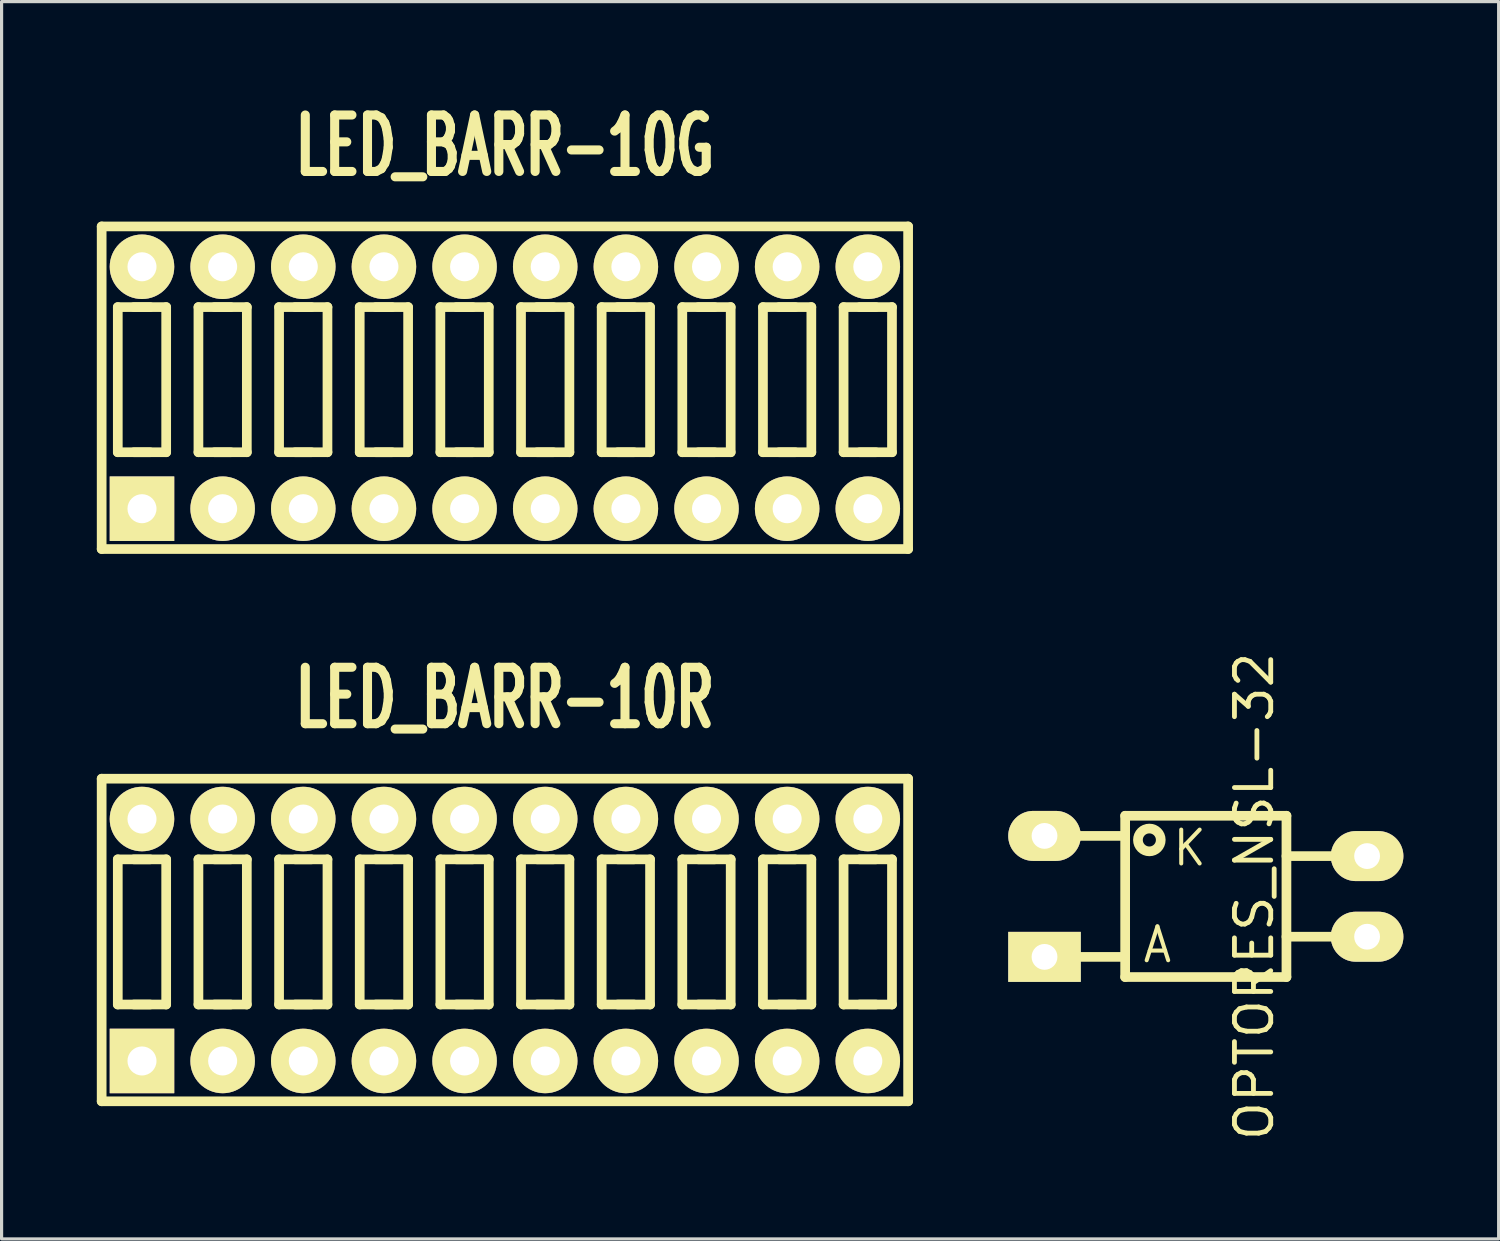
<source format=kicad_pcb>
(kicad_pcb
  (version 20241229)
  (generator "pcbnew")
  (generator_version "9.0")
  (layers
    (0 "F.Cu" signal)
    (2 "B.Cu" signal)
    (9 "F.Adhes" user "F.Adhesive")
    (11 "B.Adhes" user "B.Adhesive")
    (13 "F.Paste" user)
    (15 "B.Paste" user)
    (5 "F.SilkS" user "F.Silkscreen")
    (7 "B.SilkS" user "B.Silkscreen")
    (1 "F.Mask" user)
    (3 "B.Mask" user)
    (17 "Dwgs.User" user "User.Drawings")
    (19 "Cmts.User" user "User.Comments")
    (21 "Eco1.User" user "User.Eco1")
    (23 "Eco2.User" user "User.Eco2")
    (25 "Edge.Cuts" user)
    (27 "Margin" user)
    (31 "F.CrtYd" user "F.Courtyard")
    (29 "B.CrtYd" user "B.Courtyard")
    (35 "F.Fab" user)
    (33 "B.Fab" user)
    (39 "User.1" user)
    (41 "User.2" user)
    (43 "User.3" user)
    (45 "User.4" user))
  (footprint "LED_BARR-10G"
    (layer "F.Cu")
    (at 12.852 9.162)
    (property "Reference" "LED_BARR-10G" (at 0 -7.62 0) (layer "F.SilkS") (effects (font (size 1.778 1.143) (thickness 0.287))))
    (attr through_hole)
    (fp_line (start -12.7 -5.08) (end 12.7 -5.08) (stroke (width 0.305) (type solid)) (layer "F.SilkS"))
    (fp_line (start -12.7 5.08) (end -12.7 -5.08) (stroke (width 0.305) (type solid)) (layer "F.SilkS"))
    (fp_line (start -12.192 -2.54) (end -10.668 -2.54) (stroke (width 0.305) (type solid)) (layer "F.SilkS"))
    (fp_line (start -12.192 2.032) (end -12.192 -2.54) (stroke (width 0.305) (type solid)) (layer "F.SilkS"))
    (fp_line (start -11.684 -2.54) (end -11.176 -2.54) (stroke (width 0.305) (type solid)) (layer "F.SilkS"))
    (fp_line (start -11.176 2.032) (end -11.684 2.032) (stroke (width 0.305) (type solid)) (layer "F.SilkS"))
    (fp_line (start -10.668 -2.54) (end -10.668 2.032) (stroke (width 0.305) (type solid)) (layer "F.SilkS"))
    (fp_line (start -10.668 2.032) (end -12.192 2.032) (stroke (width 0.305) (type solid)) (layer "F.SilkS"))
    (fp_line (start -9.652 -2.54) (end -8.128 -2.54) (stroke (width 0.305) (type solid)) (layer "F.SilkS"))
    (fp_line (start -9.652 2.032) (end -9.652 -2.54) (stroke (width 0.305) (type solid)) (layer "F.SilkS"))
    (fp_line (start -9.144 2.032) (end -8.636 2.032) (stroke (width 0.305) (type solid)) (layer "F.SilkS"))
    (fp_line (start -8.636 -2.54) (end -9.144 -2.54) (stroke (width 0.305) (type solid)) (layer "F.SilkS"))
    (fp_line (start -8.128 -2.54) (end -8.128 2.032) (stroke (width 0.305) (type solid)) (layer "F.SilkS"))
    (fp_line (start -8.128 2.032) (end -9.652 2.032) (stroke (width 0.305) (type solid)) (layer "F.SilkS"))
    (fp_line (start -7.112 -2.54) (end -5.588 -2.54) (stroke (width 0.305) (type solid)) (layer "F.SilkS"))
    (fp_line (start -7.112 2.032) (end -7.112 -2.54) (stroke (width 0.305) (type solid)) (layer "F.SilkS"))
    (fp_line (start -6.604 2.032) (end -6.096 2.032) (stroke (width 0.305) (type solid)) (layer "F.SilkS"))
    (fp_line (start -6.096 -2.54) (end -6.604 -2.54) (stroke (width 0.305) (type solid)) (layer "F.SilkS"))
    (fp_line (start -5.588 -2.54) (end -5.588 2.032) (stroke (width 0.305) (type solid)) (layer "F.SilkS"))
    (fp_line (start -5.588 2.032) (end -7.112 2.032) (stroke (width 0.305) (type solid)) (layer "F.SilkS"))
    (fp_line (start -4.572 -2.54) (end -4.572 2.032) (stroke (width 0.305) (type solid)) (layer "F.SilkS"))
    (fp_line (start -4.572 2.032) (end -3.048 2.032) (stroke (width 0.305) (type solid)) (layer "F.SilkS"))
    (fp_line (start -4.064 2.032) (end -3.556 2.032) (stroke (width 0.305) (type solid)) (layer "F.SilkS"))
    (fp_line (start -3.556 -2.54) (end -4.064 -2.54) (stroke (width 0.305) (type solid)) (layer "F.SilkS"))
    (fp_line (start -3.048 -2.54) (end -4.572 -2.54) (stroke (width 0.305) (type solid)) (layer "F.SilkS"))
    (fp_line (start -3.048 2.032) (end -3.048 -2.54) (stroke (width 0.305) (type solid)) (layer "F.SilkS"))
    (fp_line (start -2.032 -2.54) (end -0.508 -2.54) (stroke (width 0.305) (type solid)) (layer "F.SilkS"))
    (fp_line (start -2.032 2.032) (end -2.032 -2.54) (stroke (width 0.305) (type solid)) (layer "F.SilkS"))
    (fp_line (start -1.524 2.032) (end -1.016 2.032) (stroke (width 0.305) (type solid)) (layer "F.SilkS"))
    (fp_line (start -1.016 -2.54) (end -1.524 -2.54) (stroke (width 0.305) (type solid)) (layer "F.SilkS"))
    (fp_line (start -0.508 -2.54) (end -0.508 2.032) (stroke (width 0.305) (type solid)) (layer "F.SilkS"))
    (fp_line (start -0.508 2.032) (end -2.032 2.032) (stroke (width 0.305) (type solid)) (layer "F.SilkS"))
    (fp_line (start 0.508 -2.54) (end 2.032 -2.54) (stroke (width 0.305) (type solid)) (layer "F.SilkS"))
    (fp_line (start 0.508 2.032) (end 0.508 -2.54) (stroke (width 0.305) (type solid)) (layer "F.SilkS"))
    (fp_line (start 1.016 2.032) (end 1.524 2.032) (stroke (width 0.305) (type solid)) (layer "F.SilkS"))
    (fp_line (start 1.524 -2.54) (end 1.016 -2.54) (stroke (width 0.305) (type solid)) (layer "F.SilkS"))
    (fp_line (start 2.032 -2.54) (end 2.032 2.032) (stroke (width 0.305) (type solid)) (layer "F.SilkS"))
    (fp_line (start 2.032 2.032) (end 0.508 2.032) (stroke (width 0.305) (type solid)) (layer "F.SilkS"))
    (fp_line (start 3.048 -2.54) (end 4.572 -2.54) (stroke (width 0.305) (type solid)) (layer "F.SilkS"))
    (fp_line (start 3.048 2.032) (end 3.048 -2.54) (stroke (width 0.305) (type solid)) (layer "F.SilkS"))
    (fp_line (start 3.556 2.032) (end 4.064 2.032) (stroke (width 0.305) (type solid)) (layer "F.SilkS"))
    (fp_line (start 4.064 -2.54) (end 3.556 -2.54) (stroke (width 0.305) (type solid)) (layer "F.SilkS"))
    (fp_line (start 4.572 -2.54) (end 4.572 2.032) (stroke (width 0.305) (type solid)) (layer "F.SilkS"))
    (fp_line (start 4.572 2.032) (end 3.048 2.032) (stroke (width 0.305) (type solid)) (layer "F.SilkS"))
    (fp_line (start 5.588 -2.54) (end 7.112 -2.54) (stroke (width 0.305) (type solid)) (layer "F.SilkS"))
    (fp_line (start 5.588 2.032) (end 5.588 -2.54) (stroke (width 0.305) (type solid)) (layer "F.SilkS"))
    (fp_line (start 6.096 2.032) (end 6.604 2.032) (stroke (width 0.305) (type solid)) (layer "F.SilkS"))
    (fp_line (start 6.604 -2.54) (end 6.096 -2.54) (stroke (width 0.305) (type solid)) (layer "F.SilkS"))
    (fp_line (start 7.112 -2.54) (end 7.112 2.032) (stroke (width 0.305) (type solid)) (layer "F.SilkS"))
    (fp_line (start 7.112 2.032) (end 5.588 2.032) (stroke (width 0.305) (type solid)) (layer "F.SilkS"))
    (fp_line (start 8.128 -2.54) (end 9.652 -2.54) (stroke (width 0.305) (type solid)) (layer "F.SilkS"))
    (fp_line (start 8.128 2.032) (end 8.128 -2.54) (stroke (width 0.305) (type solid)) (layer "F.SilkS"))
    (fp_line (start 8.636 2.032) (end 9.144 2.032) (stroke (width 0.305) (type solid)) (layer "F.SilkS"))
    (fp_line (start 9.144 -2.54) (end 8.636 -2.54) (stroke (width 0.305) (type solid)) (layer "F.SilkS"))
    (fp_line (start 9.652 -2.54) (end 9.652 2.032) (stroke (width 0.305) (type solid)) (layer "F.SilkS"))
    (fp_line (start 9.652 2.032) (end 8.128 2.032) (stroke (width 0.305) (type solid)) (layer "F.SilkS"))
    (fp_line (start 10.668 -2.54) (end 12.192 -2.54) (stroke (width 0.305) (type solid)) (layer "F.SilkS"))
    (fp_line (start 10.668 2.032) (end 10.668 -2.54) (stroke (width 0.305) (type solid)) (layer "F.SilkS"))
    (fp_line (start 11.176 2.032) (end 11.684 2.032) (stroke (width 0.305) (type solid)) (layer "F.SilkS"))
    (fp_line (start 11.684 -2.54) (end 11.176 -2.54) (stroke (width 0.305) (type solid)) (layer "F.SilkS"))
    (fp_line (start 12.192 -2.54) (end 12.192 2.032) (stroke (width 0.305) (type solid)) (layer "F.SilkS"))
    (fp_line (start 12.192 2.032) (end 10.668 2.032) (stroke (width 0.305) (type solid)) (layer "F.SilkS"))
    (fp_line (start 12.7 -5.08) (end 12.7 5.08) (stroke (width 0.305) (type solid)) (layer "F.SilkS"))
    (fp_line (start 12.7 5.08) (end -12.7 5.08) (stroke (width 0.305) (type solid)) (layer "F.SilkS"))
    (pad "1" thru_hole rect (at -11.43 3.81) (size 2.032 2.032) (drill 0.914) (layers "*.Cu" "*.Mask" "F.SilkS"))
    (pad "2" thru_hole circle (at -8.89 3.81) (size 2.032 2.032) (drill 0.914) (layers "*.Cu" "*.Mask" "F.SilkS"))
    (pad "3" thru_hole circle (at -6.35 3.81) (size 2.032 2.032) (drill 0.914) (layers "*.Cu" "*.Mask" "F.SilkS"))
    (pad "4" thru_hole circle (at -3.81 3.81) (size 2.032 2.032) (drill 0.914) (layers "*.Cu" "*.Mask" "F.SilkS"))
    (pad "5" thru_hole circle (at -1.27 3.81) (size 2.032 2.032) (drill 0.914) (layers "*.Cu" "*.Mask" "F.SilkS"))
    (pad "6" thru_hole circle (at 1.27 3.81) (size 2.032 2.032) (drill 0.914) (layers "*.Cu" "*.Mask" "F.SilkS"))
    (pad "7" thru_hole circle (at 3.81 3.81) (size 2.032 2.032) (drill 0.914) (layers "*.Cu" "*.Mask" "F.SilkS"))
    (pad "8" thru_hole circle (at 6.35 3.81) (size 2.032 2.032) (drill 0.914) (layers "*.Cu" "*.Mask" "F.SilkS"))
    (pad "9" thru_hole circle (at 8.89 3.81) (size 2.032 2.032) (drill 0.914) (layers "*.Cu" "*.Mask" "F.SilkS"))
    (pad "10" thru_hole circle (at 11.43 3.81) (size 2.032 2.032) (drill 0.914) (layers "*.Cu" "*.Mask" "F.SilkS"))
    (pad "11" thru_hole circle (at 11.43 -3.81) (size 2.032 2.032) (drill 0.914) (layers "*.Cu" "*.Mask" "F.SilkS"))
    (pad "12" thru_hole circle (at 8.89 -3.81) (size 2.032 2.032) (drill 0.914) (layers "*.Cu" "*.Mask" "F.SilkS"))
    (pad "13" thru_hole circle (at 6.35 -3.81) (size 2.032 2.032) (drill 0.914) (layers "*.Cu" "*.Mask" "F.SilkS"))
    (pad "14" thru_hole circle (at 3.81 -3.81) (size 2.032 2.032) (drill 0.914) (layers "*.Cu" "*.Mask" "F.SilkS"))
    (pad "15" thru_hole circle (at 1.27 -3.81) (size 2.032 2.032) (drill 0.914) (layers "*.Cu" "*.Mask" "F.SilkS"))
    (pad "16" thru_hole circle (at -1.27 -3.81) (size 2.032 2.032) (drill 0.914) (layers "*.Cu" "*.Mask" "F.SilkS"))
    (pad "17" thru_hole circle (at -3.81 -3.81) (size 2.032 2.032) (drill 0.914) (layers "*.Cu" "*.Mask" "F.SilkS"))
    (pad "18" thru_hole circle (at -6.35 -3.81) (size 2.032 2.032) (drill 0.914) (layers "*.Cu" "*.Mask" "F.SilkS"))
    (pad "19" thru_hole circle (at -8.89 -3.81) (size 2.032 2.032) (drill 0.914) (layers "*.Cu" "*.Mask" "F.SilkS"))
    (pad "20" thru_hole circle (at -11.43 -3.81) (size 2.032 2.032) (drill 0.914) (layers "*.Cu" "*.Mask" "F.SilkS")))
  (footprint "OPTORES_NSL-32"
    (layer "F.Cu")
    (at 34.928 25.183)
    (property "Reference" "OPTORES_NSL-32" (at 1.524 0 90) (layer "F.SilkS") (effects (font (size 1.143 1.143) (thickness 0.152))))
    (attr through_hole)
    (fp_line (start -5.08 -1.905) (end -2.54 -1.905) (stroke (width 0.305) (type solid)) (layer "F.SilkS"))
    (fp_line (start -5.08 1.905) (end -2.54 1.905) (stroke (width 0.305) (type solid)) (layer "F.SilkS"))
    (fp_line (start -2.54 -2.54) (end 2.54 -2.54) (stroke (width 0.305) (type solid)) (layer "F.SilkS"))
    (fp_line (start -2.54 2.54) (end -2.54 -2.54) (stroke (width 0.305) (type solid)) (layer "F.SilkS"))
    (fp_line (start 2.54 -2.54) (end 2.54 2.54) (stroke (width 0.305) (type solid)) (layer "F.SilkS"))
    (fp_line (start 2.54 -1.27) (end 5.08 -1.27) (stroke (width 0.305) (type solid)) (layer "F.SilkS"))
    (fp_line (start 2.54 1.27) (end 5.08 1.27) (stroke (width 0.305) (type solid)) (layer "F.SilkS"))
    (fp_line (start 2.54 2.54) (end -2.54 2.54) (stroke (width 0.305) (type solid)) (layer "F.SilkS"))
    (fp_circle (center -1.778 -1.778) (end -1.524 -1.524) (stroke (width 0.305) (type solid)) (fill no) (layer "F.SilkS"))
    (fp_text user "K" (at -0.508 -1.524 0) (layer "F.SilkS") (effects (font (size 1.067 1.016) (thickness 0.127))))
    (fp_text user "A" (at -1.524 1.524 0) (layer "F.SilkS") (effects (font (size 1.067 1.016) (thickness 0.127))))
    (pad "1" thru_hole rect (at -5.08 1.905) (size 2.286 1.575) (drill 0.813) (layers "*.Cu" "*.Mask" "F.SilkS"))
    (pad "2" thru_hole oval (at -5.08 -1.905) (size 2.286 1.575) (drill 0.813) (layers "*.Cu" "*.Mask" "F.SilkS"))
    (pad "3" thru_hole oval (at 5.08 -1.27) (size 2.286 1.575) (drill 0.813) (layers "*.Cu" "*.Mask" "F.SilkS"))
    (pad "4" thru_hole oval (at 5.08 1.27) (size 2.286 1.575) (drill 0.813) (layers "*.Cu" "*.Mask" "F.SilkS")))
  (footprint "LED_BARR-10R"
    (layer "F.Cu")
    (at 12.852 26.556)
    (property "Reference" "LED_BARR-10R" (at 0 -7.62 0) (layer "F.SilkS") (effects (font (size 1.778 1.143) (thickness 0.287))))
    (attr through_hole)
    (fp_line (start -12.7 -5.08) (end 12.7 -5.08) (stroke (width 0.305) (type solid)) (layer "F.SilkS"))
    (fp_line (start -12.7 5.08) (end -12.7 -5.08) (stroke (width 0.305) (type solid)) (layer "F.SilkS"))
    (fp_line (start -12.192 -2.54) (end -10.668 -2.54) (stroke (width 0.305) (type solid)) (layer "F.SilkS"))
    (fp_line (start -12.192 2.032) (end -12.192 -2.54) (stroke (width 0.305) (type solid)) (layer "F.SilkS"))
    (fp_line (start -11.684 -2.54) (end -11.176 -2.54) (stroke (width 0.305) (type solid)) (layer "F.SilkS"))
    (fp_line (start -11.176 2.032) (end -11.684 2.032) (stroke (width 0.305) (type solid)) (layer "F.SilkS"))
    (fp_line (start -10.668 -2.54) (end -10.668 2.032) (stroke (width 0.305) (type solid)) (layer "F.SilkS"))
    (fp_line (start -10.668 2.032) (end -12.192 2.032) (stroke (width 0.305) (type solid)) (layer "F.SilkS"))
    (fp_line (start -9.652 -2.54) (end -8.128 -2.54) (stroke (width 0.305) (type solid)) (layer "F.SilkS"))
    (fp_line (start -9.652 2.032) (end -9.652 -2.54) (stroke (width 0.305) (type solid)) (layer "F.SilkS"))
    (fp_line (start -9.144 2.032) (end -8.636 2.032) (stroke (width 0.305) (type solid)) (layer "F.SilkS"))
    (fp_line (start -8.636 -2.54) (end -9.144 -2.54) (stroke (width 0.305) (type solid)) (layer "F.SilkS"))
    (fp_line (start -8.128 -2.54) (end -8.128 2.032) (stroke (width 0.305) (type solid)) (layer "F.SilkS"))
    (fp_line (start -8.128 2.032) (end -9.652 2.032) (stroke (width 0.305) (type solid)) (layer "F.SilkS"))
    (fp_line (start -7.112 -2.54) (end -5.588 -2.54) (stroke (width 0.305) (type solid)) (layer "F.SilkS"))
    (fp_line (start -7.112 2.032) (end -7.112 -2.54) (stroke (width 0.305) (type solid)) (layer "F.SilkS"))
    (fp_line (start -6.604 2.032) (end -6.096 2.032) (stroke (width 0.305) (type solid)) (layer "F.SilkS"))
    (fp_line (start -6.096 -2.54) (end -6.604 -2.54) (stroke (width 0.305) (type solid)) (layer "F.SilkS"))
    (fp_line (start -5.588 -2.54) (end -5.588 2.032) (stroke (width 0.305) (type solid)) (layer "F.SilkS"))
    (fp_line (start -5.588 2.032) (end -7.112 2.032) (stroke (width 0.305) (type solid)) (layer "F.SilkS"))
    (fp_line (start -4.572 -2.54) (end -4.572 2.032) (stroke (width 0.305) (type solid)) (layer "F.SilkS"))
    (fp_line (start -4.572 2.032) (end -3.048 2.032) (stroke (width 0.305) (type solid)) (layer "F.SilkS"))
    (fp_line (start -4.064 2.032) (end -3.556 2.032) (stroke (width 0.305) (type solid)) (layer "F.SilkS"))
    (fp_line (start -3.556 -2.54) (end -4.064 -2.54) (stroke (width 0.305) (type solid)) (layer "F.SilkS"))
    (fp_line (start -3.048 -2.54) (end -4.572 -2.54) (stroke (width 0.305) (type solid)) (layer "F.SilkS"))
    (fp_line (start -3.048 2.032) (end -3.048 -2.54) (stroke (width 0.305) (type solid)) (layer "F.SilkS"))
    (fp_line (start -2.032 -2.54) (end -0.508 -2.54) (stroke (width 0.305) (type solid)) (layer "F.SilkS"))
    (fp_line (start -2.032 2.032) (end -2.032 -2.54) (stroke (width 0.305) (type solid)) (layer "F.SilkS"))
    (fp_line (start -1.524 2.032) (end -1.016 2.032) (stroke (width 0.305) (type solid)) (layer "F.SilkS"))
    (fp_line (start -1.016 -2.54) (end -1.524 -2.54) (stroke (width 0.305) (type solid)) (layer "F.SilkS"))
    (fp_line (start -0.508 -2.54) (end -0.508 2.032) (stroke (width 0.305) (type solid)) (layer "F.SilkS"))
    (fp_line (start -0.508 2.032) (end -2.032 2.032) (stroke (width 0.305) (type solid)) (layer "F.SilkS"))
    (fp_line (start 0.508 -2.54) (end 2.032 -2.54) (stroke (width 0.305) (type solid)) (layer "F.SilkS"))
    (fp_line (start 0.508 2.032) (end 0.508 -2.54) (stroke (width 0.305) (type solid)) (layer "F.SilkS"))
    (fp_line (start 1.016 2.032) (end 1.524 2.032) (stroke (width 0.305) (type solid)) (layer "F.SilkS"))
    (fp_line (start 1.524 -2.54) (end 1.016 -2.54) (stroke (width 0.305) (type solid)) (layer "F.SilkS"))
    (fp_line (start 2.032 -2.54) (end 2.032 2.032) (stroke (width 0.305) (type solid)) (layer "F.SilkS"))
    (fp_line (start 2.032 2.032) (end 0.508 2.032) (stroke (width 0.305) (type solid)) (layer "F.SilkS"))
    (fp_line (start 3.048 -2.54) (end 4.572 -2.54) (stroke (width 0.305) (type solid)) (layer "F.SilkS"))
    (fp_line (start 3.048 2.032) (end 3.048 -2.54) (stroke (width 0.305) (type solid)) (layer "F.SilkS"))
    (fp_line (start 3.556 2.032) (end 4.064 2.032) (stroke (width 0.305) (type solid)) (layer "F.SilkS"))
    (fp_line (start 4.064 -2.54) (end 3.556 -2.54) (stroke (width 0.305) (type solid)) (layer "F.SilkS"))
    (fp_line (start 4.572 -2.54) (end 4.572 2.032) (stroke (width 0.305) (type solid)) (layer "F.SilkS"))
    (fp_line (start 4.572 2.032) (end 3.048 2.032) (stroke (width 0.305) (type solid)) (layer "F.SilkS"))
    (fp_line (start 5.588 -2.54) (end 7.112 -2.54) (stroke (width 0.305) (type solid)) (layer "F.SilkS"))
    (fp_line (start 5.588 2.032) (end 5.588 -2.54) (stroke (width 0.305) (type solid)) (layer "F.SilkS"))
    (fp_line (start 6.096 2.032) (end 6.604 2.032) (stroke (width 0.305) (type solid)) (layer "F.SilkS"))
    (fp_line (start 6.604 -2.54) (end 6.096 -2.54) (stroke (width 0.305) (type solid)) (layer "F.SilkS"))
    (fp_line (start 7.112 -2.54) (end 7.112 2.032) (stroke (width 0.305) (type solid)) (layer "F.SilkS"))
    (fp_line (start 7.112 2.032) (end 5.588 2.032) (stroke (width 0.305) (type solid)) (layer "F.SilkS"))
    (fp_line (start 8.128 -2.54) (end 9.652 -2.54) (stroke (width 0.305) (type solid)) (layer "F.SilkS"))
    (fp_line (start 8.128 2.032) (end 8.128 -2.54) (stroke (width 0.305) (type solid)) (layer "F.SilkS"))
    (fp_line (start 8.636 2.032) (end 9.144 2.032) (stroke (width 0.305) (type solid)) (layer "F.SilkS"))
    (fp_line (start 9.144 -2.54) (end 8.636 -2.54) (stroke (width 0.305) (type solid)) (layer "F.SilkS"))
    (fp_line (start 9.652 -2.54) (end 9.652 2.032) (stroke (width 0.305) (type solid)) (layer "F.SilkS"))
    (fp_line (start 9.652 2.032) (end 8.128 2.032) (stroke (width 0.305) (type solid)) (layer "F.SilkS"))
    (fp_line (start 10.668 -2.54) (end 12.192 -2.54) (stroke (width 0.305) (type solid)) (layer "F.SilkS"))
    (fp_line (start 10.668 2.032) (end 10.668 -2.54) (stroke (width 0.305) (type solid)) (layer "F.SilkS"))
    (fp_line (start 11.176 2.032) (end 11.684 2.032) (stroke (width 0.305) (type solid)) (layer "F.SilkS"))
    (fp_line (start 11.684 -2.54) (end 11.176 -2.54) (stroke (width 0.305) (type solid)) (layer "F.SilkS"))
    (fp_line (start 12.192 -2.54) (end 12.192 2.032) (stroke (width 0.305) (type solid)) (layer "F.SilkS"))
    (fp_line (start 12.192 2.032) (end 10.668 2.032) (stroke (width 0.305) (type solid)) (layer "F.SilkS"))
    (fp_line (start 12.7 -5.08) (end 12.7 5.08) (stroke (width 0.305) (type solid)) (layer "F.SilkS"))
    (fp_line (start 12.7 5.08) (end -12.7 5.08) (stroke (width 0.305) (type solid)) (layer "F.SilkS"))
    (pad "1" thru_hole rect (at -11.43 3.81) (size 2.032 2.032) (drill 0.914) (layers "*.Cu" "*.Mask" "F.SilkS"))
    (pad "2" thru_hole circle (at -8.89 3.81) (size 2.032 2.032) (drill 0.914) (layers "*.Cu" "*.Mask" "F.SilkS"))
    (pad "3" thru_hole circle (at -6.35 3.81) (size 2.032 2.032) (drill 0.914) (layers "*.Cu" "*.Mask" "F.SilkS"))
    (pad "4" thru_hole circle (at -3.81 3.81) (size 2.032 2.032) (drill 0.914) (layers "*.Cu" "*.Mask" "F.SilkS"))
    (pad "5" thru_hole circle (at -1.27 3.81) (size 2.032 2.032) (drill 0.914) (layers "*.Cu" "*.Mask" "F.SilkS"))
    (pad "6" thru_hole circle (at 1.27 3.81) (size 2.032 2.032) (drill 0.914) (layers "*.Cu" "*.Mask" "F.SilkS"))
    (pad "7" thru_hole circle (at 3.81 3.81) (size 2.032 2.032) (drill 0.914) (layers "*.Cu" "*.Mask" "F.SilkS"))
    (pad "8" thru_hole circle (at 6.35 3.81) (size 2.032 2.032) (drill 0.914) (layers "*.Cu" "*.Mask" "F.SilkS"))
    (pad "9" thru_hole circle (at 8.89 3.81) (size 2.032 2.032) (drill 0.914) (layers "*.Cu" "*.Mask" "F.SilkS"))
    (pad "10" thru_hole circle (at 11.43 3.81) (size 2.032 2.032) (drill 0.914) (layers "*.Cu" "*.Mask" "F.SilkS"))
    (pad "11" thru_hole circle (at 11.43 -3.81) (size 2.032 2.032) (drill 0.914) (layers "*.Cu" "*.Mask" "F.SilkS"))
    (pad "12" thru_hole circle (at 8.89 -3.81) (size 2.032 2.032) (drill 0.914) (layers "*.Cu" "*.Mask" "F.SilkS"))
    (pad "13" thru_hole circle (at 6.35 -3.81) (size 2.032 2.032) (drill 0.914) (layers "*.Cu" "*.Mask" "F.SilkS"))
    (pad "14" thru_hole circle (at 3.81 -3.81) (size 2.032 2.032) (drill 0.914) (layers "*.Cu" "*.Mask" "F.SilkS"))
    (pad "15" thru_hole circle (at 1.27 -3.81) (size 2.032 2.032) (drill 0.914) (layers "*.Cu" "*.Mask" "F.SilkS"))
    (pad "16" thru_hole circle (at -1.27 -3.81) (size 2.032 2.032) (drill 0.914) (layers "*.Cu" "*.Mask" "F.SilkS"))
    (pad "17" thru_hole circle (at -3.81 -3.81) (size 2.032 2.032) (drill 0.914) (layers "*.Cu" "*.Mask" "F.SilkS"))
    (pad "18" thru_hole circle (at -6.35 -3.81) (size 2.032 2.032) (drill 0.914) (layers "*.Cu" "*.Mask" "F.SilkS"))
    (pad "19" thru_hole circle (at -8.89 -3.81) (size 2.032 2.032) (drill 0.914) (layers "*.Cu" "*.Mask" "F.SilkS"))
    (pad "20" thru_hole circle (at -11.43 -3.81) (size 2.032 2.032) (drill 0.914) (layers "*.Cu" "*.Mask" "F.SilkS")))
  (gr_rect
    (start -3 -3)
    (end 44.151 35.971)
    (stroke (width 0.1) (type default))
    (fill no)
    (layer "Edge.Cuts")))
</source>
